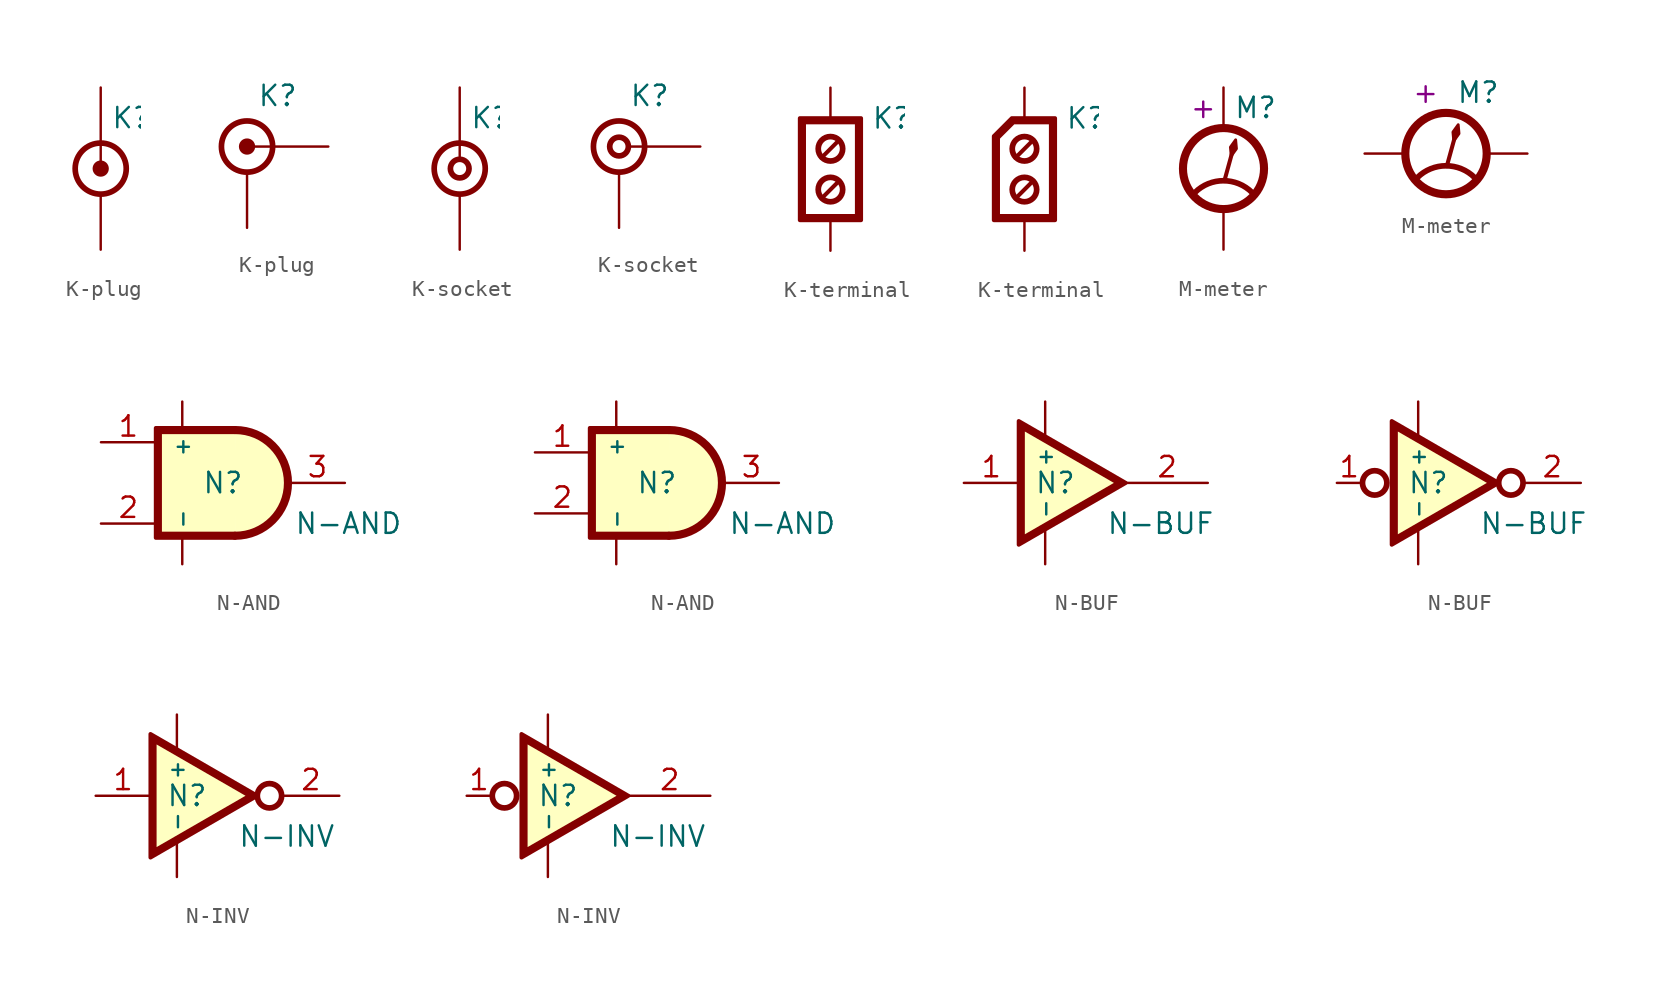
<source format=kicad_sym>
(kicad_symbol_lib
  (version 20211014)
  (generator kicad_symbol_editor)
  (symbol "K-plug"
    (pin_numbers hide)
    (pin_names
      (offset 0) hide)
    (property "Reference" "K"
      (at 0.635 3.175 0)
      (effects (font (size 1.27 1.27)) (justify left)))
    (symbol "K-plug_1_0"
      (circle (center 0 0) (radius 0.381) (stroke (width 0.254) (type default) (color 0 0 0 0)) (fill (type outline)))
      (circle (center 0 0) (radius 1.6) (stroke (width 0.356) (type default) (color 0 0 0 0)) (fill (type none))))
    (symbol "K-plug_1_1"
      (pin passive line (at 0 5.08 270) (length 4.699) (name "T" (effects (font (size 1.27 1.27)))) (number "1" (effects (font (size 1.27 1.27)))))
      (pin passive line (at 0 -5.08 90) (length 3.429) (name "S" (effects (font (size 1.27 1.27)))) (number "2" (effects (font (size 1.27 1.27))))))
    (symbol "K-plug_1_2"
      (pin passive line (at 5.08 0 180) (length 4.699) (name "T" (effects (font (size 1.27 1.27)))) (number "1" (effects (font (size 1.27 1.27)))))
      (pin passive line (at 0 -5.08 90) (length 3.429) (name "S" (effects (font (size 1.27 1.27)))) (number "2" (effects (font (size 1.27 1.27)))))))
  (symbol "K-socket"
    (pin_numbers hide)
    (pin_names
      (offset 0) hide)
    (property "Reference" "K"
      (at 0.635 3.175 0)
      (effects (font (size 1.27 1.27)) (justify left)))
    (symbol "K-socket_1_0"
      (circle (center 0 0) (radius 0.584) (stroke (width 0.356) (type default) (color 0 0 0 0)) (fill (type none)))
      (circle (center 0 0) (radius 1.6) (stroke (width 0.356) (type default) (color 0 0 0 0)) (fill (type none))))
    (symbol "K-socket_1_1"
      (pin passive line (at 0 5.08 270) (length 4.445) (name "T" (effects (font (size 1.27 1.27)))) (number "1" (effects (font (size 1.27 1.27)))))
      (pin passive line (at 0 -5.08 90) (length 3.429) (name "S" (effects (font (size 1.27 1.27)))) (number "2" (effects (font (size 1.27 1.27))))))
    (symbol "K-socket_1_2"
      (pin passive line (at 5.08 0 180) (length 4.445) (name "T" (effects (font (size 1.27 1.27)))) (number "1" (effects (font (size 1.27 1.27)))))
      (pin passive line (at 0 -5.08 90) (length 3.429) (name "S" (effects (font (size 1.27 1.27)))) (number "2" (effects (font (size 1.27 1.27)))))))
  (symbol "K-terminal"
    (pin_numbers hide)
    (pin_names
      (offset 0) hide)
    (property "Reference" "K"
      (at 2.54 3.175 0)
      (effects (font (size 1.27 1.27)) (justify left)))
    (symbol "K-terminal_1_0"
      (circle (center 0 -1.27) (radius 0.762) (stroke (width 0.356) (type default) (color 0 0 0 0)) (fill (type none)))
      (polyline (pts (xy 0.559 -0.711) (xy -0.559 -1.829)) (stroke (width 0.254) (type default) (color 0 0 0 0)) (fill (type none)))
      (polyline (pts (xy 0.559 1.829) (xy -0.559 0.711)) (stroke (width 0.254) (type default) (color 0 0 0 0)) (fill (type none)))
      (circle (center 0 1.27) (radius 0.762) (stroke (width 0.356) (type default) (color 0 0 0 0)) (fill (type none)))
      (pin passive line (at 0 5.08 270) (length 1.905) (name "1" (effects (font (size 1.27 1.27)))) (number "1" (effects (font (size 1.27 1.27)))))
      (pin passive line (at 0 -5.08 90) (length 1.905) (name "2" (effects (font (size 1.27 1.27)))) (number "2" (effects (font (size 1.27 1.27))))))
    (symbol "K-terminal_1_1"
      (polyline (pts (xy -1.905 3.175) (xy -1.905 -3.175) (xy 1.905 -3.175) (xy 1.905 3.175) (xy -1.905 3.175) (xy -1.651 2.921) (xy 1.651 2.921) (xy 1.651 -2.921) (xy -1.651 -2.921) (xy -1.651 2.921) (xy -1.905 3.175)) (stroke (width 0.254) (type default) (color 0 0 0 0)) (fill (type outline))))
    (symbol "K-terminal_1_2"
      (polyline (pts (xy -0.787 3.175) (xy -1.905 2.057) (xy -1.905 -3.175) (xy 1.905 -3.175) (xy 1.905 3.175) (xy -0.787 3.175) (xy -0.686 2.921) (xy 1.651 2.921) (xy 1.651 -2.921) (xy -1.651 -2.921) (xy -1.651 1.956) (xy -0.686 2.921) (xy -0.787 3.175)) (stroke (width 0.254) (type default) (color 0 0 0 0)) (fill (type outline)))))
  (symbol "M-meter"
    (pin_numbers hide)
    (pin_names
      (offset 0) hide)
    (property "Reference" "M"
      (at 0.635 3.81 0)
      (effects (font (size 1.27 1.27)) (justify left)))
    (property "Indicator" "+"
      (at -1.27 3.81 0)
      (effects (font (size 1.27 1.27))))
    (symbol "M-meter_1_0"
      (polyline (pts (xy 0.051 -0.787) (xy 0.61 1.245)) (stroke (width 0.254) (type default) (color 0 0 0 0)) (fill (type none)))
      (polyline (pts (xy 0.483 0.787) (xy 0.813 1.245) (xy 0.762 1.803) (xy 0.432 1.346) (xy 0.483 0.787)) (stroke (width 0.178) (type default) (color 0 0 0 0)) (fill (type outline)))
      (circle (center 0 0) (radius 2.54) (stroke (width 0.508) (type default) (color 0 0 0 0)) (fill (type none)))
      (arc (start 1.7961 -1.5059) (mid 0 -0.762) (end -1.7961 -1.5059) (stroke (width 0.3556) (type default) (color 0 0 0 0)) (fill (type none))))
    (symbol "M-meter_1_1"
      (pin passive line (at 0 5.08 270) (length 2.413) (name "+" (effects (font (size 1.27 1.27)))) (number "1" (effects (font (size 1.27 1.27)))))
      (pin passive line (at 0 -5.08 90) (length 2.413) (name "-" (effects (font (size 1.27 1.27)))) (number "2" (effects (font (size 1.27 1.27))))))
    (symbol "M-meter_1_2"
      (pin passive line (at -5.08 0 0) (length 2.413) (name "+" (effects (font (size 1.27 1.27)))) (number "1" (effects (font (size 1.27 1.27)))))
      (pin passive line (at 5.08 0 180) (length 2.413) (name "-" (effects (font (size 1.27 1.27)))) (number "2" (effects (font (size 1.27 1.27)))))))
  (symbol "N-AND"
    (property "Reference" "N"
      (at 0 0 0)
      (effects (font (size 1.27 1.27))))
    (property "Value" "N-AND"
      (at 4.445 -2.54 0)
      (effects (font (size 1.27 1.27)) (justify left)))
    (symbol "N-AND_1_0"
      (rectangle (start -4.064 3.302) (end 0.787 -3.302) (stroke (width -0.051) (type default) (color 0 0 0 0)) (fill (type background)))
      (polyline (pts (xy 0.762 3.429) (xy -4.191 3.429) (xy -4.191 -3.429) (xy 0.762 -3.429) (xy 0.762 -3.175) (xy -3.937 -3.175) (xy -3.937 3.175) (xy 0.762 3.175) (xy 0.762 3.429)) (stroke (width 0.254) (type default) (color 0 0 0 0)) (fill (type outline)))
      (arc (start 0.762 -3.302) (mid 4.064 0) (end 0.762 3.302) (stroke (width 0.508) (type default) (color 0 0 0 0)) (fill (type background)))
      (pin output line (at 7.62 0 180) (length 3.429) (name "Y" (effects (font (size 0 0)))) (number "3" (effects (font (size 1.27 1.27)))))
      (pin power_in line (at -2.54 5.08 270) (length 1.651) (name "+" (effects (font (size 0.914 0.914)))) (number "4" (effects (font (size 0 0)))))
      (pin power_in line (at -2.54 -5.08 90) (length 1.651) (name "-" (effects (font (size 0.914 0.914)))) (number "5" (effects (font (size 0 0))))))
    (symbol "N-AND_1_1"
      (pin input line (at -7.62 2.54 0) (length 3.429) (name "A" (effects (font (size 0 0)))) (number "1" (effects (font (size 1.27 1.27)))))
      (pin input line (at -7.62 -2.54 0) (length 3.429) (name "B" (effects (font (size 0 0)))) (number "2" (effects (font (size 1.27 1.27))))))
    (symbol "N-AND_1_2"
      (pin input line (at -7.62 1.905 0) (length 3.429) (name "A" (effects (font (size 0 0)))) (number "1" (effects (font (size 1.27 1.27)))))
      (pin input line (at -7.62 -1.905 0) (length 3.429) (name "B" (effects (font (size 0 0)))) (number "2" (effects (font (size 1.27 1.27)))))))
  (symbol "N-BUF"
    (pin_names
      (offset 0.635))
    (property "Reference" "N"
      (at -1.905 0 0)
      (effects (font (size 1.27 1.27))))
    (property "Value" "N-BUF"
      (at 1.27 -2.54 0)
      (effects (font (size 1.27 1.27)) (justify left)))
    (symbol "N-BUF_1_0"
      (polyline (pts (xy 2.235 0) (xy -4.064 3.632) (xy -4.064 -3.632) (xy 2.235 0)) (stroke (width -0.051) (type default) (color 0 0 0 0)) (fill (type background)))
      (polyline (pts (xy 2.489 0) (xy -4.191 3.861) (xy -4.191 -3.861) (xy 2.489 0) (xy 2.007 0) (xy -3.937 -3.429) (xy -3.937 3.429) (xy 2.007 0) (xy 2.489 0)) (stroke (width 0.254) (type default) (color 0 0 0 0)) (fill (type outline)))
      (pin power_in line (at -2.54 5.08 270) (length 2.159) (name "+" (effects (font (size 0.914 0.914)))) (number "3" (effects (font (size 0 0)))))
      (pin power_in line (at -2.54 -5.08 90) (length 2.159) (name "-" (effects (font (size 0.914 0.914)))) (number "4" (effects (font (size 0 0))))))
    (symbol "N-BUF_1_1"
      (pin input line (at -7.62 0 0) (length 3.429) (name "A" (effects (font (size 0 0)))) (number "1" (effects (font (size 1.27 1.27)))))
      (pin output line (at 7.62 0 180) (length 5.08) (name "Y" (effects (font (size 0 0)))) (number "2" (effects (font (size 1.27 1.27))))))
    (symbol "N-BUF_1_2"
      (circle (center -5.258 0) (radius 0.762) (stroke (width 0.356) (type default) (color 0 0 0 0)) (fill (type none)))
      (circle (center 3.251 0) (radius 0.762) (stroke (width 0.356) (type default) (color 0 0 0 0)) (fill (type none)))
      (pin input line (at -7.62 0 0) (length 1.549) (name "A" (effects (font (size 0 0)))) (number "1" (effects (font (size 1.27 1.27)))))
      (pin output line (at 7.62 0 180) (length 3.556) (name "Y" (effects (font (size 0 0)))) (number "2" (effects (font (size 1.27 1.27)))))))
  (symbol "N-INV"
    (pin_names
      (offset 0.635))
    (property "Reference" "N"
      (at -1.905 0 0)
      (effects (font (size 1.27 1.27))))
    (property "Value" "N-INV"
      (at 1.27 -2.54 0)
      (effects (font (size 1.27 1.27)) (justify left)))
    (symbol "N-INV_1_0"
      (polyline (pts (xy 2.235 0) (xy -4.064 3.632) (xy -4.064 -3.632) (xy 2.235 0)) (stroke (width -0.051) (type default) (color 0 0 0 0)) (fill (type background)))
      (polyline (pts (xy 2.489 0) (xy -4.191 3.861) (xy -4.191 -3.861) (xy 2.489 0) (xy 2.007 0) (xy -3.937 -3.429) (xy -3.937 3.429) (xy 2.007 0) (xy 2.489 0)) (stroke (width 0.254) (type default) (color 0 0 0 0)) (fill (type outline)))
      (pin power_in line (at -2.54 5.08 270) (length 2.159) (name "+" (effects (font (size 0.914 0.914)))) (number "3" (effects (font (size 0 0)))))
      (pin power_in line (at -2.54 -5.08 90) (length 2.159) (name "-" (effects (font (size 0.914 0.914)))) (number "4" (effects (font (size 0 0))))))
    (symbol "N-INV_1_1"
      (circle (center 3.251 0) (radius 0.762) (stroke (width 0.356) (type default) (color 0 0 0 0)) (fill (type none)))
      (pin input line (at -7.62 0 0) (length 3.429) (name "A" (effects (font (size 0 0)))) (number "1" (effects (font (size 1.27 1.27)))))
      (pin output line (at 7.62 0 180) (length 3.556) (name "Y" (effects (font (size 0 0)))) (number "2" (effects (font (size 1.27 1.27))))))
    (symbol "N-INV_1_2"
      (circle (center -5.258 0) (radius 0.762) (stroke (width 0.356) (type default) (color 0 0 0 0)) (fill (type none)))
      (pin input line (at -7.62 0 0) (length 1.549) (name "A" (effects (font (size 0 0)))) (number "1" (effects (font (size 1.27 1.27)))))
      (pin output line (at 7.62 0 180) (length 5.08) (name "Y" (effects (font (size 0 0)))) (number "2" (effects (font (size 1.27 1.27))))))))
</source>
